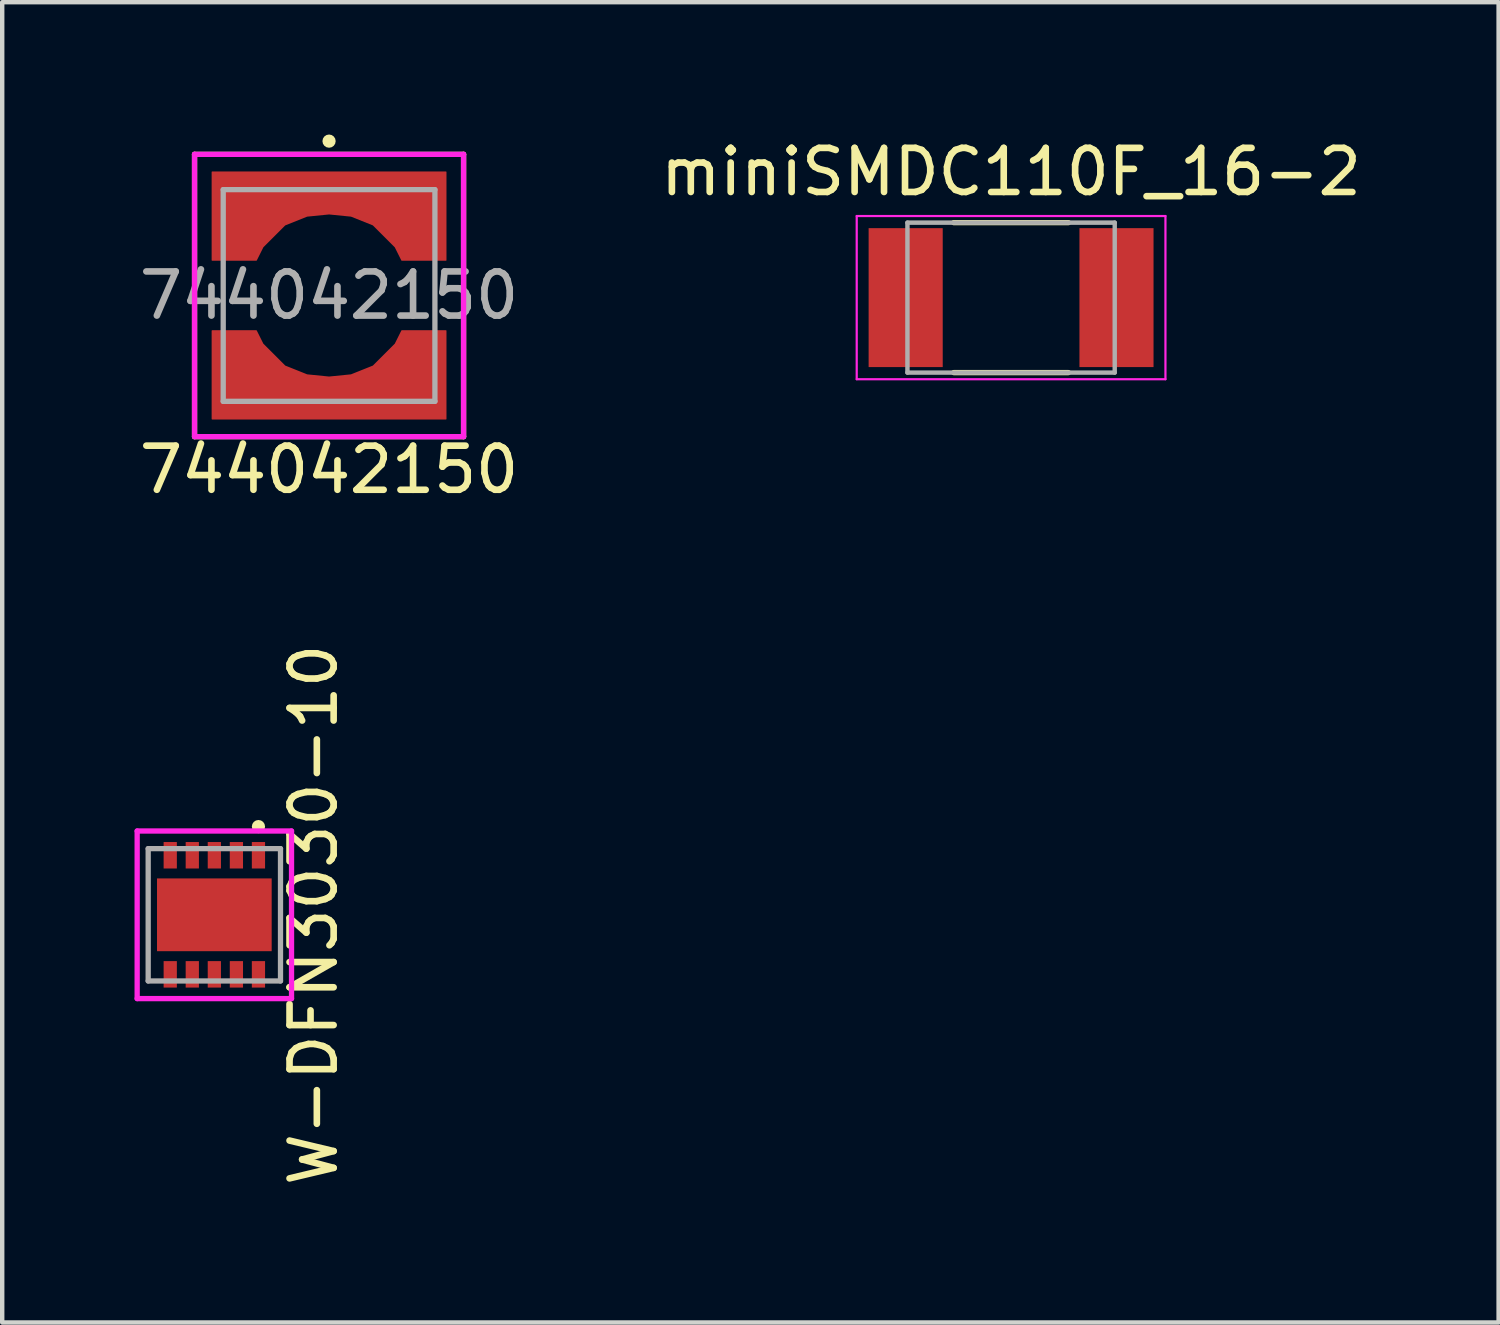
<source format=kicad_pcb>
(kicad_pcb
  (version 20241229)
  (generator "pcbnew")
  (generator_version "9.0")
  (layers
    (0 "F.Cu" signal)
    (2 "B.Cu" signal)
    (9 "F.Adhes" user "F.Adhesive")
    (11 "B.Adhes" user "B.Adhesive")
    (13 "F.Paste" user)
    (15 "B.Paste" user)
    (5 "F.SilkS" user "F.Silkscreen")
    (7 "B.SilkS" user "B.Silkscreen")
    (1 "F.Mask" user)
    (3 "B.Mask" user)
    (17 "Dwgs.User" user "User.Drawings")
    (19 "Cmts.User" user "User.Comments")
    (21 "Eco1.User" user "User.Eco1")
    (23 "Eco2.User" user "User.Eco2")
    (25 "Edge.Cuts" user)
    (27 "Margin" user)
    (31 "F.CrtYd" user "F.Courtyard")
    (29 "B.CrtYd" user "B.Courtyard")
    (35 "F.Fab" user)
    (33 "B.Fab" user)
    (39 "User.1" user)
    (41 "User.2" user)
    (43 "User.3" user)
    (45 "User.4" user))
  (footprint "miniSMDC110F_16-2"
    (layer "F.Cu")
    (at 19.875 3.698)
    (property "Reference" "miniSMDC110F_16-2" (at 0 -2.85 0) (layer "F.SilkS") (effects (font (size 1 1) (thickness 0.15))))
    (attr smd)
    (fp_line (start -1.3 -1.7) (end 1.3 -1.7) (stroke (width 0.12) (type solid)) (layer "F.SilkS"))
    (fp_line (start -1.3 1.7) (end 1.3 1.7) (stroke (width 0.12) (type solid)) (layer "F.SilkS"))
    (fp_line (start -3.5 -1.85) (end 3.5 -1.85) (stroke (width 0.05) (type solid)) (layer "F.CrtYd"))
    (fp_line (start -3.5 1.85) (end -3.5 -1.85) (stroke (width 0.05) (type solid)) (layer "F.CrtYd"))
    (fp_line (start 3.5 -1.85) (end 3.5 1.85) (stroke (width 0.05) (type solid)) (layer "F.CrtYd"))
    (fp_line (start 3.5 1.85) (end -3.5 1.85) (stroke (width 0.05) (type solid)) (layer "F.CrtYd"))
    (fp_line (start -2.35 -1.7) (end 2.35 -1.7) (stroke (width 0.1) (type solid)) (layer "F.Fab"))
    (fp_line (start -2.35 1.7) (end -2.35 -1.7) (stroke (width 0.1) (type solid)) (layer "F.Fab"))
    (fp_line (start 2.35 -1.7) (end 2.35 1.7) (stroke (width 0.1) (type solid)) (layer "F.Fab"))
    (fp_line (start 2.35 1.7) (end -2.35 1.7) (stroke (width 0.1) (type solid)) (layer "F.Fab"))
    (pad "1" smd rect (at -2.39 0) (size 1.68 3.15) (layers "F.Cu" "F.Mask" "F.Paste"))
    (pad "2" smd rect (at 2.39 0) (size 1.68 3.15) (layers "F.Cu" "F.Mask" "F.Paste")))
  (footprint "744042150"
    (layer "F.Cu")
    (at 4.411 3.65)
    (property "Reference" "744042150" (at 0 3.95 0) (layer "F.SilkS") (effects (font (size 1 1) (thickness 0.15))))
    (attr through_hole)
    (fp_line (start -3.05 -3.2) (end 3.05 -3.2) (stroke (width 0.12) (type solid)) (layer "F.SilkS"))
    (fp_line (start -3.05 3.2) (end -3.05 -3.2) (stroke (width 0.12) (type solid)) (layer "F.SilkS"))
    (fp_line (start 3.05 -3.2) (end 3.05 3.2) (stroke (width 0.12) (type solid)) (layer "F.SilkS"))
    (fp_line (start 3.05 3.2) (end -3.05 3.2) (stroke (width 0.12) (type solid)) (layer "F.SilkS"))
    (fp_circle (center 0 -3.5) (end 0.075 -3.5) (stroke (width 0.15) (type solid)) (fill no) (layer "F.SilkS"))
    (fp_line (start -3.05 -3.2) (end 3.05 -3.2) (stroke (width 0.12) (type solid)) (layer "F.CrtYd"))
    (fp_line (start -3.05 3.2) (end -3.05 -3.2) (stroke (width 0.12) (type solid)) (layer "F.CrtYd"))
    (fp_line (start 3.05 -3.2) (end 3.05 3.2) (stroke (width 0.12) (type solid)) (layer "F.CrtYd"))
    (fp_line (start 3.05 3.2) (end -3.05 3.2) (stroke (width 0.12) (type solid)) (layer "F.CrtYd"))
    (fp_line (start -2.4 -2.4) (end 2.4 -2.4) (stroke (width 0.12) (type solid)) (layer "F.Fab"))
    (fp_line (start -2.4 2.4) (end -2.4 -2.4) (stroke (width 0.12) (type solid)) (layer "F.Fab"))
    (fp_line (start 2.4 -2.4) (end 2.4 2.4) (stroke (width 0.12) (type solid)) (layer "F.Fab"))
    (fp_line (start 2.4 2.4) (end -2.4 2.4) (stroke (width 0.12) (type solid)) (layer "F.Fab"))
    (fp_text user "${REFERENCE}" (at 0 0 0) (layer "F.Fab") (effects (font (size 1 1) (thickness 0.15))))
    (pad "1" smd custom (at 0 -2.35) (size 0.5 0.5) (layers "F.Cu" "F.Mask" "F.Paste") (options (anchor rect)) (primitives (gr_poly (pts (xy 2.65 1.55) (xy 1.65 1.55) (xy 1.5 1.25) (xy 1 0.75) (xy 0.5 0.55) (xy 0 0.5) (xy -0.5 0.55) (xy -1 0.75) (xy -1.5 1.25) (xy -1.65 1.55) (xy -2.65 1.55) (xy -2.65 -0.45) (xy 2.65 -0.45)) (width 0.025) (fill yes))))
    (pad "2" smd custom (at 0 2.35 180) (size 0.5 0.5) (layers "F.Cu" "F.Mask" "F.Paste") (options (anchor rect)) (primitives (gr_poly (pts (xy 2.65 1.55) (xy 1.65 1.55) (xy 1.5 1.25) (xy 1 0.75) (xy 0.5 0.55) (xy 0 0.5) (xy -0.5 0.55) (xy -1 0.75) (xy -1.5 1.25) (xy -1.65 1.55) (xy -2.65 1.55) (xy -2.65 -0.45) (xy 2.65 -0.45)) (width 0.025) (fill yes)))))
  (footprint "W-DFN3030-10"
    (layer "F.Cu")
    (at 1.81 17.692)
    (property "Reference" "W-DFN3030-10" (at 2.25 0 270) (layer "F.SilkS") (effects (font (size 1 1) (thickness 0.15))))
    (attr through_hole)
    (fp_circle (center 1 -2) (end 1.075 -2) (stroke (width 0.15) (type solid)) (fill no) (layer "F.SilkS"))
    (fp_line (start -1.75 -1.9) (end 1.75 -1.9) (stroke (width 0.12) (type solid)) (layer "F.CrtYd"))
    (fp_line (start -1.75 1.9) (end -1.75 -1.9) (stroke (width 0.12) (type solid)) (layer "F.CrtYd"))
    (fp_line (start 1.75 -1.9) (end 1.75 1.9) (stroke (width 0.12) (type solid)) (layer "F.CrtYd"))
    (fp_line (start 1.75 1.9) (end -1.75 1.9) (stroke (width 0.12) (type solid)) (layer "F.CrtYd"))
    (fp_line (start -1.5 -1.5) (end 1.5 -1.5) (stroke (width 0.12) (type solid)) (layer "F.Fab"))
    (fp_line (start -1.5 1.5) (end -1.5 -1.5) (stroke (width 0.12) (type solid)) (layer "F.Fab"))
    (fp_line (start 1.5 -1.5) (end 1.5 1.5) (stroke (width 0.12) (type solid)) (layer "F.Fab"))
    (fp_line (start 1.5 1.5) (end -1.5 1.5) (stroke (width 0.12) (type solid)) (layer "F.Fab"))
    (pad "1" smd rect (at 1 -1.35) (size 0.3 0.6) (layers "F.Cu" "F.Mask" "F.Paste"))
    (pad "2" smd rect (at 0.5 -1.35) (size 0.3 0.6) (layers "F.Cu" "F.Mask" "F.Paste"))
    (pad "3" smd rect (at 0 -1.35) (size 0.3 0.6) (layers "F.Cu" "F.Mask" "F.Paste"))
    (pad "4" smd rect (at -0.5 -1.35) (size 0.3 0.6) (layers "F.Cu" "F.Mask" "F.Paste"))
    (pad "5" smd rect (at -1 -1.35) (size 0.3 0.6) (layers "F.Cu" "F.Mask" "F.Paste"))
    (pad "6" smd rect (at -1 1.35) (size 0.3 0.6) (layers "F.Cu" "F.Mask" "F.Paste"))
    (pad "7" smd rect (at -0.5 1.35) (size 0.3 0.6) (layers "F.Cu" "F.Mask" "F.Paste"))
    (pad "8" smd rect (at 0 1.35) (size 0.3 0.6) (layers "F.Cu" "F.Mask" "F.Paste"))
    (pad "9" smd rect (at 0.5 1.35) (size 0.3 0.6) (layers "F.Cu" "F.Mask" "F.Paste"))
    (pad "10" smd rect (at 1 1.35) (size 0.3 0.6) (layers "F.Cu" "F.Mask" "F.Paste"))
    (pad "PAD" smd rect (at 0 0) (size 2.6 1.65) (layers "F.Cu" "F.Mask" "F.Paste")))
  (gr_rect
    (start -3 -3)
    (end 30.929 26.936)
    (stroke (width 0.1) (type default))
    (fill no)
    (layer "Edge.Cuts")))
</source>
